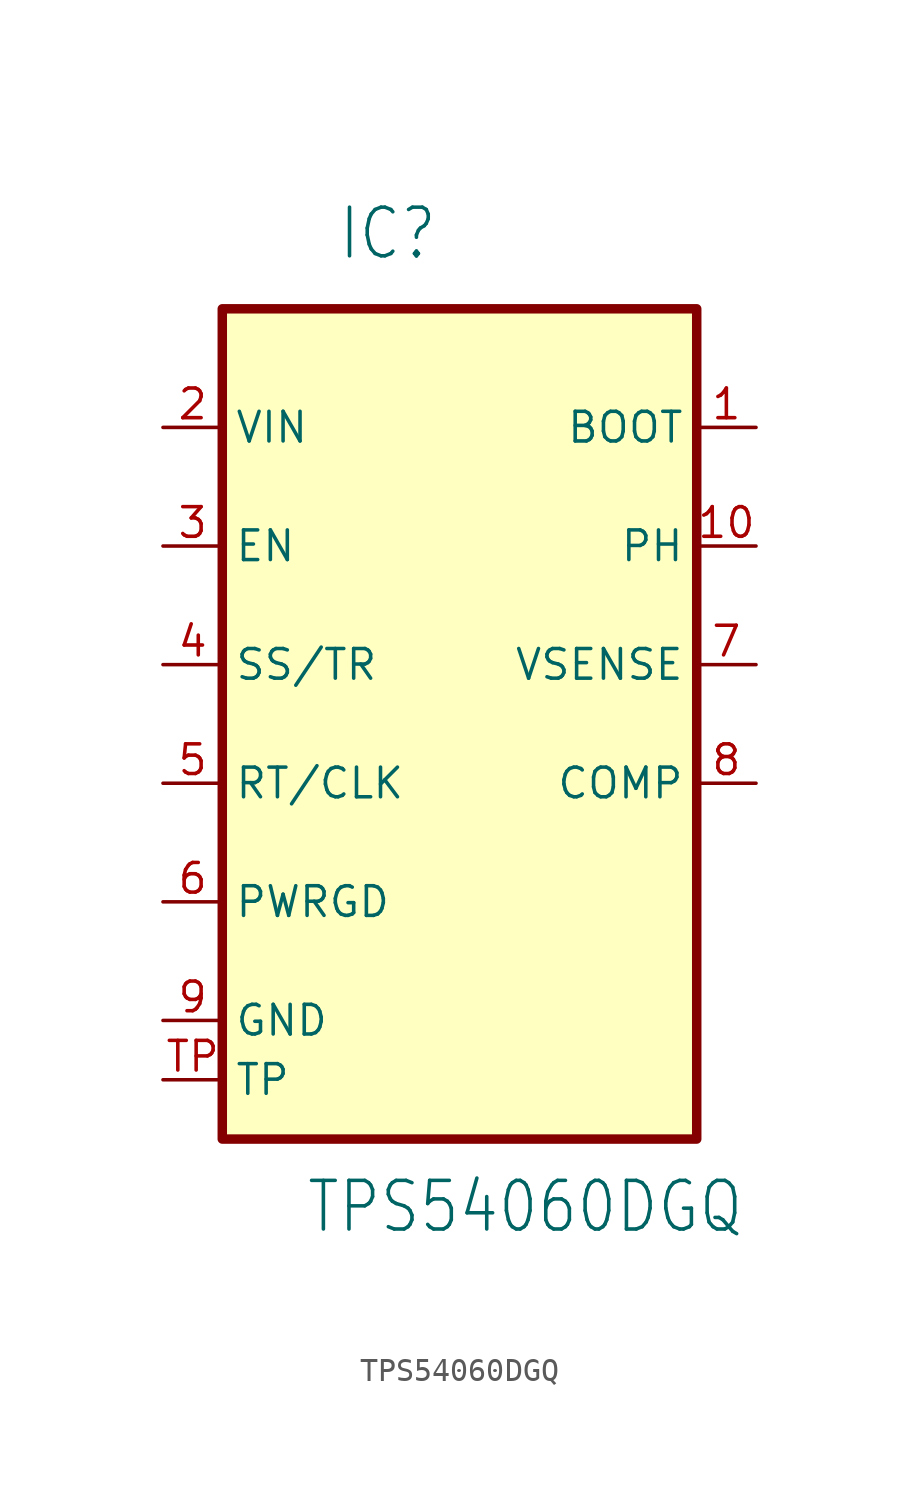
<source format=kicad_sym>
(kicad_symbol_lib
  (version 20220914)
  (generator kicad_symbol_editor)
  (symbol "TPS54060DGQ"
    (property "Reference" "IC"
      (at -5.232 19.787 0)
      (effects (font (size 2.083 1.77)) (justify left bottom)))
    (property "Value" "TPS54060DGQ"
      (at -6.604 -21.895 0)
      (effects (font (size 2.083 1.77)) (justify left bottom)))
    (symbol "TPS54060DGQ_1_0"
      (rectangle (start -10.16 17.78) (end 10.16 -17.78) (stroke (width 0.406) (type default)) (fill (type background)))
      (pin output line (at 12.7 12.7 180) (length 2.54) (name "BOOT" (effects (font (size 1.27 1.27)))) (number "1" (effects (font (size 1.27 1.27)))))
      (pin input line (at 12.7 7.62 180) (length 2.54) (name "PH" (effects (font (size 1.27 1.27)))) (number "10" (effects (font (size 1.27 1.27)))))
      (pin power_in line (at -12.7 12.7 0) (length 2.54) (name "VIN" (effects (font (size 1.27 1.27)))) (number "2" (effects (font (size 1.27 1.27)))))
      (pin input line (at -12.7 7.62 0) (length 2.54) (name "EN" (effects (font (size 1.27 1.27)))) (number "3" (effects (font (size 1.27 1.27)))))
      (pin input line (at -12.7 2.54 0) (length 2.54) (name "SS/TR" (effects (font (size 1.27 1.27)))) (number "4" (effects (font (size 1.27 1.27)))))
      (pin input line (at -12.7 -2.54 0) (length 2.54) (name "RT/CLK" (effects (font (size 1.27 1.27)))) (number "5" (effects (font (size 1.27 1.27)))))
      (pin output line (at -12.7 -7.62 0) (length 2.54) (name "PWRGD" (effects (font (size 1.27 1.27)))) (number "6" (effects (font (size 1.27 1.27)))))
      (pin input line (at 12.7 2.54 180) (length 2.54) (name "VSENSE" (effects (font (size 1.27 1.27)))) (number "7" (effects (font (size 1.27 1.27)))))
      (pin output line (at 12.7 -2.54 180) (length 2.54) (name "COMP" (effects (font (size 1.27 1.27)))) (number "8" (effects (font (size 1.27 1.27)))))
      (pin passive line (at -12.7 -12.7 0) (length 2.54) (name "GND" (effects (font (size 1.27 1.27)))) (number "9" (effects (font (size 1.27 1.27)))))
      (pin passive line (at -12.7 -15.24 0) (length 2.54) (name "TP" (effects (font (size 1.27 1.27)))) (number "TP" (effects (font (size 1.27 1.27))))))))
</source>
